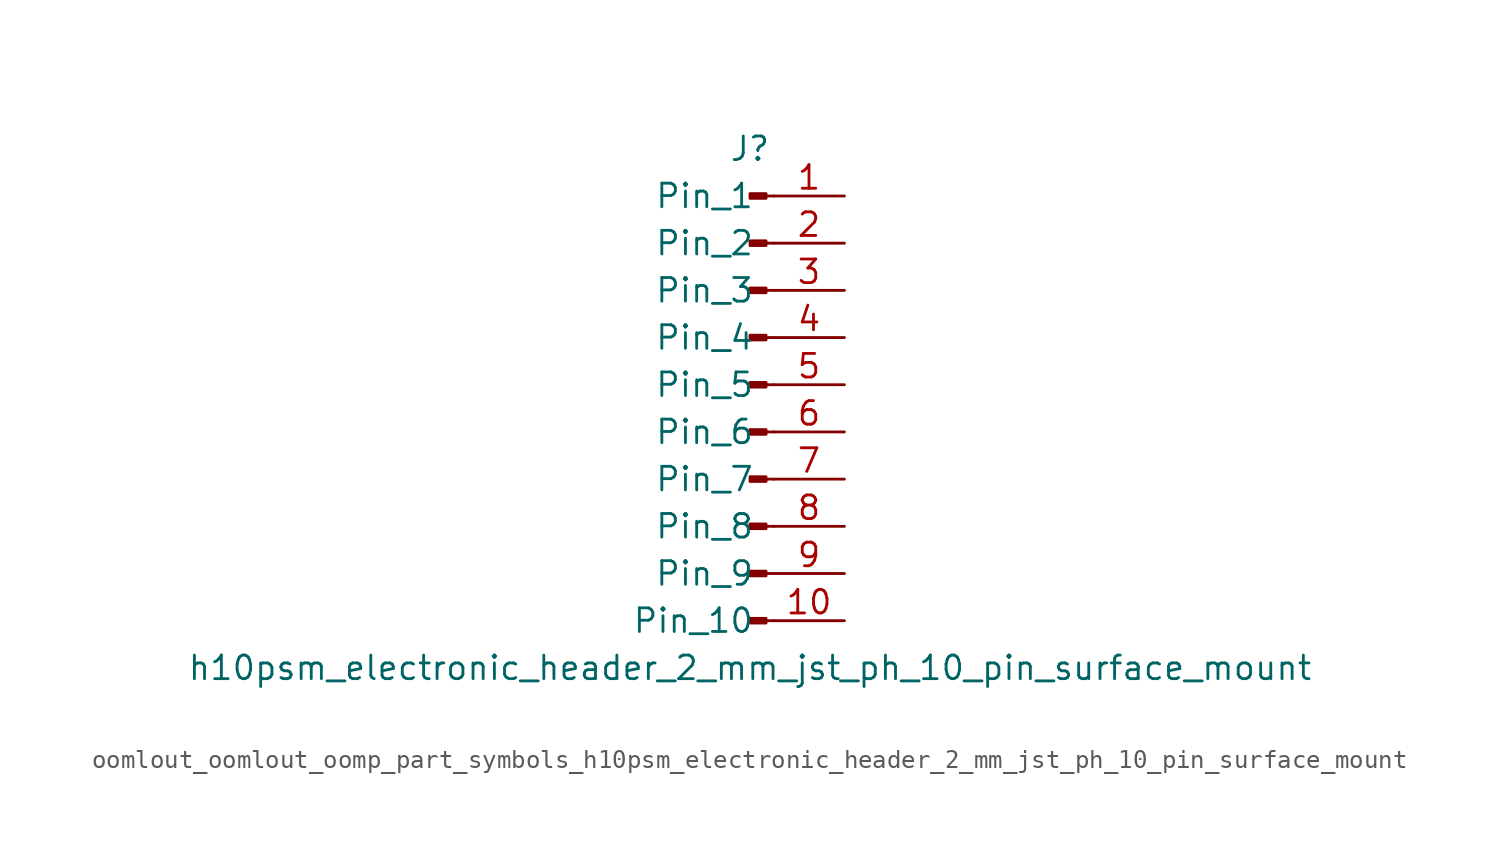
<source format=kicad_sym>
(kicad_symbol_lib
  (version 20220914)
  (generator kicad_symbol_editor)
  (symbol "oomlout_oomlout_oomp_part_symbols_h10psm_electronic_header_2_mm_jst_ph_10_pin_surface_mount"
    (pin_names
      (offset 1.016))
    (property "Reference" "J"
      (at 0 12.7 0)
      (effects (font (size 1.27 1.27))))
    (property "Value" "h10psm_electronic_header_2_mm_jst_ph_10_pin_surface_mount"
      (at 0 -15.24 0)
      (effects (font (size 1.27 1.27))))
    (property "ki_locked" ""
      (at 0 0 0)
      (effects (font (size 1.27 1.27))))
    (symbol "oomlout_oomlout_oomp_part_symbols_h10psm_electronic_header_2_mm_jst_ph_10_pin_surface_mount_1_1"
      (polyline (pts (xy 1.27 -12.7) (xy 0.864 -12.7)) (stroke (width 0.152) (type default)) (fill (type none)))
      (polyline (pts (xy 1.27 -10.16) (xy 0.864 -10.16)) (stroke (width 0.152) (type default)) (fill (type none)))
      (polyline (pts (xy 1.27 -7.62) (xy 0.864 -7.62)) (stroke (width 0.152) (type default)) (fill (type none)))
      (polyline (pts (xy 1.27 -5.08) (xy 0.864 -5.08)) (stroke (width 0.152) (type default)) (fill (type none)))
      (polyline (pts (xy 1.27 -2.54) (xy 0.864 -2.54)) (stroke (width 0.152) (type default)) (fill (type none)))
      (polyline (pts (xy 1.27 0) (xy 0.864 0)) (stroke (width 0.152) (type default)) (fill (type none)))
      (polyline (pts (xy 1.27 2.54) (xy 0.864 2.54)) (stroke (width 0.152) (type default)) (fill (type none)))
      (polyline (pts (xy 1.27 5.08) (xy 0.864 5.08)) (stroke (width 0.152) (type default)) (fill (type none)))
      (polyline (pts (xy 1.27 7.62) (xy 0.864 7.62)) (stroke (width 0.152) (type default)) (fill (type none)))
      (polyline (pts (xy 1.27 10.16) (xy 0.864 10.16)) (stroke (width 0.152) (type default)) (fill (type none)))
      (rectangle (start 0.864 -12.573) (end 0 -12.827) (stroke (width 0.152) (type default)) (fill (type outline)))
      (rectangle (start 0.864 -10.033) (end 0 -10.287) (stroke (width 0.152) (type default)) (fill (type outline)))
      (rectangle (start 0.864 -7.493) (end 0 -7.747) (stroke (width 0.152) (type default)) (fill (type outline)))
      (rectangle (start 0.864 -4.953) (end 0 -5.207) (stroke (width 0.152) (type default)) (fill (type outline)))
      (rectangle (start 0.864 -2.413) (end 0 -2.667) (stroke (width 0.152) (type default)) (fill (type outline)))
      (rectangle (start 0.864 0.127) (end 0 -0.127) (stroke (width 0.152) (type default)) (fill (type outline)))
      (rectangle (start 0.864 2.667) (end 0 2.413) (stroke (width 0.152) (type default)) (fill (type outline)))
      (rectangle (start 0.864 5.207) (end 0 4.953) (stroke (width 0.152) (type default)) (fill (type outline)))
      (rectangle (start 0.864 7.747) (end 0 7.493) (stroke (width 0.152) (type default)) (fill (type outline)))
      (rectangle (start 0.864 10.287) (end 0 10.033) (stroke (width 0.152) (type default)) (fill (type outline)))
      (pin passive line (at 5.08 10.16 180) (length 3.81) (name "Pin_1" (effects (font (size 1.27 1.27)))) (number "1" (effects (font (size 1.27 1.27)))))
      (pin passive line (at 5.08 -12.7 180) (length 3.81) (name "Pin_10" (effects (font (size 1.27 1.27)))) (number "10" (effects (font (size 1.27 1.27)))))
      (pin passive line (at 5.08 7.62 180) (length 3.81) (name "Pin_2" (effects (font (size 1.27 1.27)))) (number "2" (effects (font (size 1.27 1.27)))))
      (pin passive line (at 5.08 5.08 180) (length 3.81) (name "Pin_3" (effects (font (size 1.27 1.27)))) (number "3" (effects (font (size 1.27 1.27)))))
      (pin passive line (at 5.08 2.54 180) (length 3.81) (name "Pin_4" (effects (font (size 1.27 1.27)))) (number "4" (effects (font (size 1.27 1.27)))))
      (pin passive line (at 5.08 0 180) (length 3.81) (name "Pin_5" (effects (font (size 1.27 1.27)))) (number "5" (effects (font (size 1.27 1.27)))))
      (pin passive line (at 5.08 -2.54 180) (length 3.81) (name "Pin_6" (effects (font (size 1.27 1.27)))) (number "6" (effects (font (size 1.27 1.27)))))
      (pin passive line (at 5.08 -5.08 180) (length 3.81) (name "Pin_7" (effects (font (size 1.27 1.27)))) (number "7" (effects (font (size 1.27 1.27)))))
      (pin passive line (at 5.08 -7.62 180) (length 3.81) (name "Pin_8" (effects (font (size 1.27 1.27)))) (number "8" (effects (font (size 1.27 1.27)))))
      (pin passive line (at 5.08 -10.16 180) (length 3.81) (name "Pin_9" (effects (font (size 1.27 1.27)))) (number "9" (effects (font (size 1.27 1.27))))))))
</source>
